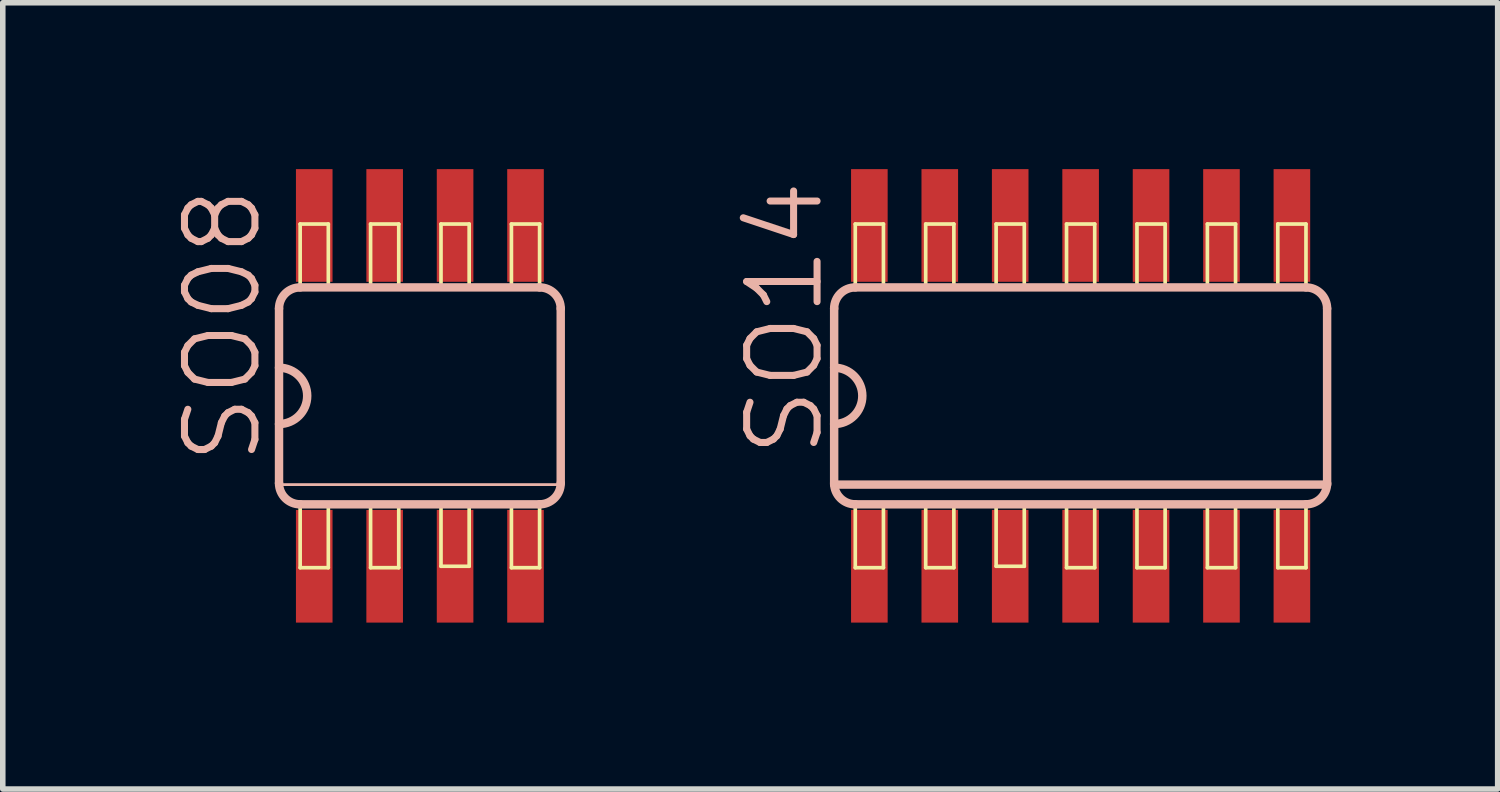
<source format=kicad_pcb>
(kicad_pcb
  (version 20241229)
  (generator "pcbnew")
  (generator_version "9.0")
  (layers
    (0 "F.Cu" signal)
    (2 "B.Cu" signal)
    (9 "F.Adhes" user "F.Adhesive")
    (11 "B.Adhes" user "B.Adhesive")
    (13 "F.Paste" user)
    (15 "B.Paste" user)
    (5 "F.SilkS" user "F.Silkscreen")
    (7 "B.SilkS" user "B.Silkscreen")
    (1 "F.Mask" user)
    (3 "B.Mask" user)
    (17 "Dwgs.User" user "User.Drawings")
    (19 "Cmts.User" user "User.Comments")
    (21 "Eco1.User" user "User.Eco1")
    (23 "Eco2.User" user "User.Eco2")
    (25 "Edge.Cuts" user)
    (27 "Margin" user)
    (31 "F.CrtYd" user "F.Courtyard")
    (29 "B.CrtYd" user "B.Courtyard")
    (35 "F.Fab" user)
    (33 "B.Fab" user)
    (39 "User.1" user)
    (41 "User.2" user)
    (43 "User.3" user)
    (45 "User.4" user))
  (footprint "SO14"
    (layer "F.Cu")
    (at 16.438 4.089)
    (property "Reference" "SO14" (at -5.334 -1.397 90) (layer "B.SilkS") (effects (font (size 1.27 1.27) (thickness 0.127))))
    (attr smd)
    (fp_line (start -4.064 -3.099) (end -3.556 -3.099) (stroke (width 0.066) (type solid)) (layer "F.SilkS"))
    (fp_line (start -4.064 -1.956) (end -4.064 -3.099) (stroke (width 0.066) (type solid)) (layer "F.SilkS"))
    (fp_line (start -4.064 -1.956) (end -3.556 -1.956) (stroke (width 0.066) (type solid)) (layer "F.SilkS"))
    (fp_line (start -4.064 1.956) (end -3.556 1.956) (stroke (width 0.066) (type solid)) (layer "F.SilkS"))
    (fp_line (start -4.064 3.099) (end -4.064 1.956) (stroke (width 0.066) (type solid)) (layer "F.SilkS"))
    (fp_line (start -4.064 3.099) (end -3.556 3.099) (stroke (width 0.066) (type solid)) (layer "F.SilkS"))
    (fp_line (start -3.556 -1.956) (end -3.556 -3.099) (stroke (width 0.066) (type solid)) (layer "F.SilkS"))
    (fp_line (start -3.556 3.099) (end -3.556 1.956) (stroke (width 0.066) (type solid)) (layer "F.SilkS"))
    (fp_line (start -2.794 -3.099) (end -2.286 -3.099) (stroke (width 0.066) (type solid)) (layer "F.SilkS"))
    (fp_line (start -2.794 -1.956) (end -2.794 -3.099) (stroke (width 0.066) (type solid)) (layer "F.SilkS"))
    (fp_line (start -2.794 -1.956) (end -2.286 -1.956) (stroke (width 0.066) (type solid)) (layer "F.SilkS"))
    (fp_line (start -2.794 1.956) (end -2.286 1.956) (stroke (width 0.066) (type solid)) (layer "F.SilkS"))
    (fp_line (start -2.794 3.099) (end -2.794 1.956) (stroke (width 0.066) (type solid)) (layer "F.SilkS"))
    (fp_line (start -2.794 3.099) (end -2.286 3.099) (stroke (width 0.066) (type solid)) (layer "F.SilkS"))
    (fp_line (start -2.286 -1.956) (end -2.286 -3.099) (stroke (width 0.066) (type solid)) (layer "F.SilkS"))
    (fp_line (start -2.286 3.099) (end -2.286 1.956) (stroke (width 0.066) (type solid)) (layer "F.SilkS"))
    (fp_line (start -1.524 -3.099) (end -1.016 -3.099) (stroke (width 0.066) (type solid)) (layer "F.SilkS"))
    (fp_line (start -1.524 -1.956) (end -1.524 -3.099) (stroke (width 0.066) (type solid)) (layer "F.SilkS"))
    (fp_line (start -1.524 -1.956) (end -1.016 -1.956) (stroke (width 0.066) (type solid)) (layer "F.SilkS"))
    (fp_line (start -1.524 1.93) (end -1.016 1.93) (stroke (width 0.066) (type solid)) (layer "F.SilkS"))
    (fp_line (start -1.524 3.073) (end -1.524 1.93) (stroke (width 0.066) (type solid)) (layer "F.SilkS"))
    (fp_line (start -1.524 3.073) (end -1.016 3.073) (stroke (width 0.066) (type solid)) (layer "F.SilkS"))
    (fp_line (start -1.016 -1.956) (end -1.016 -3.099) (stroke (width 0.066) (type solid)) (layer "F.SilkS"))
    (fp_line (start -1.016 3.073) (end -1.016 1.93) (stroke (width 0.066) (type solid)) (layer "F.SilkS"))
    (fp_line (start -0.254 -3.099) (end 0.254 -3.099) (stroke (width 0.066) (type solid)) (layer "F.SilkS"))
    (fp_line (start -0.254 -1.956) (end -0.254 -3.099) (stroke (width 0.066) (type solid)) (layer "F.SilkS"))
    (fp_line (start -0.254 -1.956) (end 0.254 -1.956) (stroke (width 0.066) (type solid)) (layer "F.SilkS"))
    (fp_line (start -0.254 1.956) (end 0.254 1.956) (stroke (width 0.066) (type solid)) (layer "F.SilkS"))
    (fp_line (start -0.254 3.099) (end -0.254 1.956) (stroke (width 0.066) (type solid)) (layer "F.SilkS"))
    (fp_line (start -0.254 3.099) (end 0.254 3.099) (stroke (width 0.066) (type solid)) (layer "F.SilkS"))
    (fp_line (start 0.254 -1.956) (end 0.254 -3.099) (stroke (width 0.066) (type solid)) (layer "F.SilkS"))
    (fp_line (start 0.254 3.099) (end 0.254 1.956) (stroke (width 0.066) (type solid)) (layer "F.SilkS"))
    (fp_line (start 1.016 -3.099) (end 1.524 -3.099) (stroke (width 0.066) (type solid)) (layer "F.SilkS"))
    (fp_line (start 1.016 -1.956) (end 1.016 -3.099) (stroke (width 0.066) (type solid)) (layer "F.SilkS"))
    (fp_line (start 1.016 -1.956) (end 1.524 -1.956) (stroke (width 0.066) (type solid)) (layer "F.SilkS"))
    (fp_line (start 1.016 1.956) (end 1.524 1.956) (stroke (width 0.066) (type solid)) (layer "F.SilkS"))
    (fp_line (start 1.016 3.099) (end 1.016 1.956) (stroke (width 0.066) (type solid)) (layer "F.SilkS"))
    (fp_line (start 1.016 3.099) (end 1.524 3.099) (stroke (width 0.066) (type solid)) (layer "F.SilkS"))
    (fp_line (start 1.524 -1.956) (end 1.524 -3.099) (stroke (width 0.066) (type solid)) (layer "F.SilkS"))
    (fp_line (start 1.524 3.099) (end 1.524 1.956) (stroke (width 0.066) (type solid)) (layer "F.SilkS"))
    (fp_line (start 2.286 -3.099) (end 2.794 -3.099) (stroke (width 0.066) (type solid)) (layer "F.SilkS"))
    (fp_line (start 2.286 -1.956) (end 2.286 -3.099) (stroke (width 0.066) (type solid)) (layer "F.SilkS"))
    (fp_line (start 2.286 -1.956) (end 2.794 -1.956) (stroke (width 0.066) (type solid)) (layer "F.SilkS"))
    (fp_line (start 2.286 1.956) (end 2.794 1.956) (stroke (width 0.066) (type solid)) (layer "F.SilkS"))
    (fp_line (start 2.286 3.099) (end 2.286 1.956) (stroke (width 0.066) (type solid)) (layer "F.SilkS"))
    (fp_line (start 2.286 3.099) (end 2.794 3.099) (stroke (width 0.066) (type solid)) (layer "F.SilkS"))
    (fp_line (start 2.794 -1.956) (end 2.794 -3.099) (stroke (width 0.066) (type solid)) (layer "F.SilkS"))
    (fp_line (start 2.794 3.099) (end 2.794 1.956) (stroke (width 0.066) (type solid)) (layer "F.SilkS"))
    (fp_line (start 3.556 -3.099) (end 4.064 -3.099) (stroke (width 0.066) (type solid)) (layer "F.SilkS"))
    (fp_line (start 3.556 -1.956) (end 3.556 -3.099) (stroke (width 0.066) (type solid)) (layer "F.SilkS"))
    (fp_line (start 3.556 -1.956) (end 4.064 -1.956) (stroke (width 0.066) (type solid)) (layer "F.SilkS"))
    (fp_line (start 3.556 1.956) (end 4.064 1.956) (stroke (width 0.066) (type solid)) (layer "F.SilkS"))
    (fp_line (start 3.556 3.099) (end 3.556 1.956) (stroke (width 0.066) (type solid)) (layer "F.SilkS"))
    (fp_line (start 3.556 3.099) (end 4.064 3.099) (stroke (width 0.066) (type solid)) (layer "F.SilkS"))
    (fp_line (start 4.064 -1.956) (end 4.064 -3.099) (stroke (width 0.066) (type solid)) (layer "F.SilkS"))
    (fp_line (start 4.064 3.099) (end 4.064 1.956) (stroke (width 0.066) (type solid)) (layer "F.SilkS"))
    (fp_line (start -4.445 -1.575) (end -4.445 -0.508) (stroke (width 0.152) (type solid)) (layer "B.SilkS"))
    (fp_line (start -4.445 -0.508) (end -4.445 0.508) (stroke (width 0.152) (type solid)) (layer "B.SilkS"))
    (fp_line (start -4.445 0.508) (end -4.445 1.575) (stroke (width 0.152) (type solid)) (layer "B.SilkS"))
    (fp_line (start -4.445 1.6) (end 4.445 1.6) (stroke (width 0.152) (type solid)) (layer "B.SilkS"))
    (fp_line (start -4.064 1.956) (end 4.064 1.956) (stroke (width 0.152) (type solid)) (layer "B.SilkS"))
    (fp_line (start 4.064 -1.956) (end -4.064 -1.956) (stroke (width 0.152) (type solid)) (layer "B.SilkS"))
    (fp_line (start 4.445 1.575) (end 4.445 -1.575) (stroke (width 0.152) (type solid)) (layer "B.SilkS"))
    (fp_arc (start -4.445 -1.5748) (mid -4.333408 -1.844208) (end -4.064 -1.9558) (stroke (width 0.1524) (type solid)) (layer "B.SilkS"))
    (fp_arc (start -4.445 -0.508) (mid -3.937 0) (end -4.445 0.508) (stroke (width 0.1524) (type solid)) (layer "B.SilkS"))
    (fp_arc (start -4.064 1.9558) (mid -4.333408 1.844208) (end -4.445 1.5748) (stroke (width 0.1524) (type solid)) (layer "B.SilkS"))
    (fp_arc (start 4.064 -1.9558) (mid 4.333408 -1.844208) (end 4.445 -1.5748) (stroke (width 0.1524) (type solid)) (layer "B.SilkS"))
    (fp_arc (start 4.445 1.5748) (mid 4.333408 1.844208) (end 4.064 1.9558) (stroke (width 0.1524) (type solid)) (layer "B.SilkS"))
    (pad "1" smd rect (at -3.81 3.073) (size 0.66 2.032) (layers "F.Cu" "F.Mask" "F.Paste"))
    (pad "2" smd rect (at -2.54 3.073) (size 0.66 2.032) (layers "F.Cu" "F.Mask" "F.Paste"))
    (pad "3" smd rect (at -1.27 3.073) (size 0.66 2.032) (layers "F.Cu" "F.Mask" "F.Paste"))
    (pad "4" smd rect (at 0 3.073) (size 0.66 2.032) (layers "F.Cu" "F.Mask" "F.Paste"))
    (pad "5" smd rect (at 1.27 3.073) (size 0.66 2.032) (layers "F.Cu" "F.Mask" "F.Paste"))
    (pad "6" smd rect (at 2.54 3.073) (size 0.66 2.032) (layers "F.Cu" "F.Mask" "F.Paste"))
    (pad "7" smd rect (at 3.81 3.073) (size 0.66 2.032) (layers "F.Cu" "F.Mask" "F.Paste"))
    (pad "8" smd rect (at 3.81 -3.073) (size 0.66 2.032) (layers "F.Cu" "F.Mask" "F.Paste"))
    (pad "9" smd rect (at 2.54 -3.073) (size 0.66 2.032) (layers "F.Cu" "F.Mask" "F.Paste"))
    (pad "10" smd rect (at 1.27 -3.073) (size 0.66 2.032) (layers "F.Cu" "F.Mask" "F.Paste"))
    (pad "11" smd rect (at 0 -3.073) (size 0.66 2.032) (layers "F.Cu" "F.Mask" "F.Paste"))
    (pad "12" smd rect (at -1.27 -3.073) (size 0.66 2.032) (layers "F.Cu" "F.Mask" "F.Paste"))
    (pad "13" smd rect (at -2.54 -3.073) (size 0.66 2.032) (layers "F.Cu" "F.Mask" "F.Paste"))
    (pad "14" smd rect (at -3.81 -3.073) (size 0.66 2.032) (layers "F.Cu" "F.Mask" "F.Paste")))
  (footprint "SO08"
    (layer "F.Cu")
    (at 4.522 4.089)
    (property "Reference" "SO08" (at -3.556 -1.27 90) (layer "B.SilkS") (effects (font (size 1.27 1.27) (thickness 0.127))))
    (attr smd)
    (fp_line (start -2.159 -3.099) (end -1.651 -3.099) (stroke (width 0.066) (type solid)) (layer "F.SilkS"))
    (fp_line (start -2.159 -1.956) (end -2.159 -3.099) (stroke (width 0.066) (type solid)) (layer "F.SilkS"))
    (fp_line (start -2.159 -1.956) (end -1.651 -1.956) (stroke (width 0.066) (type solid)) (layer "F.SilkS"))
    (fp_line (start -2.159 1.956) (end -1.651 1.956) (stroke (width 0.066) (type solid)) (layer "F.SilkS"))
    (fp_line (start -2.159 3.099) (end -2.159 1.956) (stroke (width 0.066) (type solid)) (layer "F.SilkS"))
    (fp_line (start -2.159 3.099) (end -1.651 3.099) (stroke (width 0.066) (type solid)) (layer "F.SilkS"))
    (fp_line (start -1.651 -1.956) (end -1.651 -3.099) (stroke (width 0.066) (type solid)) (layer "F.SilkS"))
    (fp_line (start -1.651 3.099) (end -1.651 1.956) (stroke (width 0.066) (type solid)) (layer "F.SilkS"))
    (fp_line (start -0.889 -3.099) (end -0.381 -3.099) (stroke (width 0.066) (type solid)) (layer "F.SilkS"))
    (fp_line (start -0.889 -1.956) (end -0.889 -3.099) (stroke (width 0.066) (type solid)) (layer "F.SilkS"))
    (fp_line (start -0.889 -1.956) (end -0.381 -1.956) (stroke (width 0.066) (type solid)) (layer "F.SilkS"))
    (fp_line (start -0.889 1.956) (end -0.381 1.956) (stroke (width 0.066) (type solid)) (layer "F.SilkS"))
    (fp_line (start -0.889 3.099) (end -0.889 1.956) (stroke (width 0.066) (type solid)) (layer "F.SilkS"))
    (fp_line (start -0.889 3.099) (end -0.381 3.099) (stroke (width 0.066) (type solid)) (layer "F.SilkS"))
    (fp_line (start -0.381 -1.956) (end -0.381 -3.099) (stroke (width 0.066) (type solid)) (layer "F.SilkS"))
    (fp_line (start -0.381 3.099) (end -0.381 1.956) (stroke (width 0.066) (type solid)) (layer "F.SilkS"))
    (fp_line (start 0.381 -3.099) (end 0.889 -3.099) (stroke (width 0.066) (type solid)) (layer "F.SilkS"))
    (fp_line (start 0.381 -1.956) (end 0.381 -3.099) (stroke (width 0.066) (type solid)) (layer "F.SilkS"))
    (fp_line (start 0.381 -1.956) (end 0.889 -1.956) (stroke (width 0.066) (type solid)) (layer "F.SilkS"))
    (fp_line (start 0.381 1.93) (end 0.889 1.93) (stroke (width 0.066) (type solid)) (layer "F.SilkS"))
    (fp_line (start 0.381 3.073) (end 0.381 1.93) (stroke (width 0.066) (type solid)) (layer "F.SilkS"))
    (fp_line (start 0.381 3.073) (end 0.889 3.073) (stroke (width 0.066) (type solid)) (layer "F.SilkS"))
    (fp_line (start 0.889 -1.956) (end 0.889 -3.099) (stroke (width 0.066) (type solid)) (layer "F.SilkS"))
    (fp_line (start 0.889 3.073) (end 0.889 1.93) (stroke (width 0.066) (type solid)) (layer "F.SilkS"))
    (fp_line (start 1.651 -3.099) (end 2.159 -3.099) (stroke (width 0.066) (type solid)) (layer "F.SilkS"))
    (fp_line (start 1.651 -1.956) (end 1.651 -3.099) (stroke (width 0.066) (type solid)) (layer "F.SilkS"))
    (fp_line (start 1.651 -1.956) (end 2.159 -1.956) (stroke (width 0.066) (type solid)) (layer "F.SilkS"))
    (fp_line (start 1.651 1.956) (end 2.159 1.956) (stroke (width 0.066) (type solid)) (layer "F.SilkS"))
    (fp_line (start 1.651 3.099) (end 1.651 1.956) (stroke (width 0.066) (type solid)) (layer "F.SilkS"))
    (fp_line (start 1.651 3.099) (end 2.159 3.099) (stroke (width 0.066) (type solid)) (layer "F.SilkS"))
    (fp_line (start 2.159 -1.956) (end 2.159 -3.099) (stroke (width 0.066) (type solid)) (layer "F.SilkS"))
    (fp_line (start 2.159 3.099) (end 2.159 1.956) (stroke (width 0.066) (type solid)) (layer "F.SilkS"))
    (fp_line (start -2.54 -1.575) (end -2.54 1.575) (stroke (width 0.152) (type solid)) (layer "B.SilkS"))
    (fp_line (start -2.54 1.6) (end 2.54 1.6) (stroke (width 0.051) (type solid)) (layer "B.SilkS"))
    (fp_line (start -2.159 1.956) (end 2.159 1.956) (stroke (width 0.152) (type solid)) (layer "B.SilkS"))
    (fp_line (start 2.159 -1.956) (end -2.159 -1.956) (stroke (width 0.152) (type solid)) (layer "B.SilkS"))
    (fp_line (start 2.54 1.575) (end 2.54 -1.575) (stroke (width 0.152) (type solid)) (layer "B.SilkS"))
    (fp_arc (start -2.54 -1.5748) (mid -2.428408 -1.844208) (end -2.159 -1.9558) (stroke (width 0.1524) (type solid)) (layer "B.SilkS"))
    (fp_arc (start -2.54 -0.508) (mid -2.032 0) (end -2.54 0.508) (stroke (width 0.1524) (type solid)) (layer "B.SilkS"))
    (fp_arc (start -2.159 1.9558) (mid -2.428408 1.844208) (end -2.54 1.5748) (stroke (width 0.1524) (type solid)) (layer "B.SilkS"))
    (fp_arc (start 2.159 -1.9558) (mid 2.428408 -1.844208) (end 2.54 -1.5748) (stroke (width 0.1524) (type solid)) (layer "B.SilkS"))
    (fp_arc (start 2.54 1.5748) (mid 2.428408 1.844208) (end 2.159 1.9558) (stroke (width 0.1524) (type solid)) (layer "B.SilkS"))
    (pad "1" smd rect (at -1.905 3.073) (size 0.66 2.032) (layers "F.Cu" "F.Mask" "F.Paste"))
    (pad "2" smd rect (at -0.635 3.073) (size 0.66 2.032) (layers "F.Cu" "F.Mask" "F.Paste"))
    (pad "3" smd rect (at 0.635 3.073) (size 0.66 2.032) (layers "F.Cu" "F.Mask" "F.Paste"))
    (pad "4" smd rect (at 1.905 3.073) (size 0.66 2.032) (layers "F.Cu" "F.Mask" "F.Paste"))
    (pad "5" smd rect (at 1.905 -3.073) (size 0.66 2.032) (layers "F.Cu" "F.Mask" "F.Paste"))
    (pad "6" smd rect (at 0.635 -3.073) (size 0.66 2.032) (layers "F.Cu" "F.Mask" "F.Paste"))
    (pad "7" smd rect (at -0.635 -3.073) (size 0.66 2.032) (layers "F.Cu" "F.Mask" "F.Paste"))
    (pad "8" smd rect (at -1.905 -3.073) (size 0.66 2.032) (layers "F.Cu" "F.Mask" "F.Paste")))
  (gr_rect
    (start -3 -3)
    (end 23.959 11.179)
    (stroke (width 0.1) (type default))
    (fill no)
    (layer "Edge.Cuts")))
</source>
